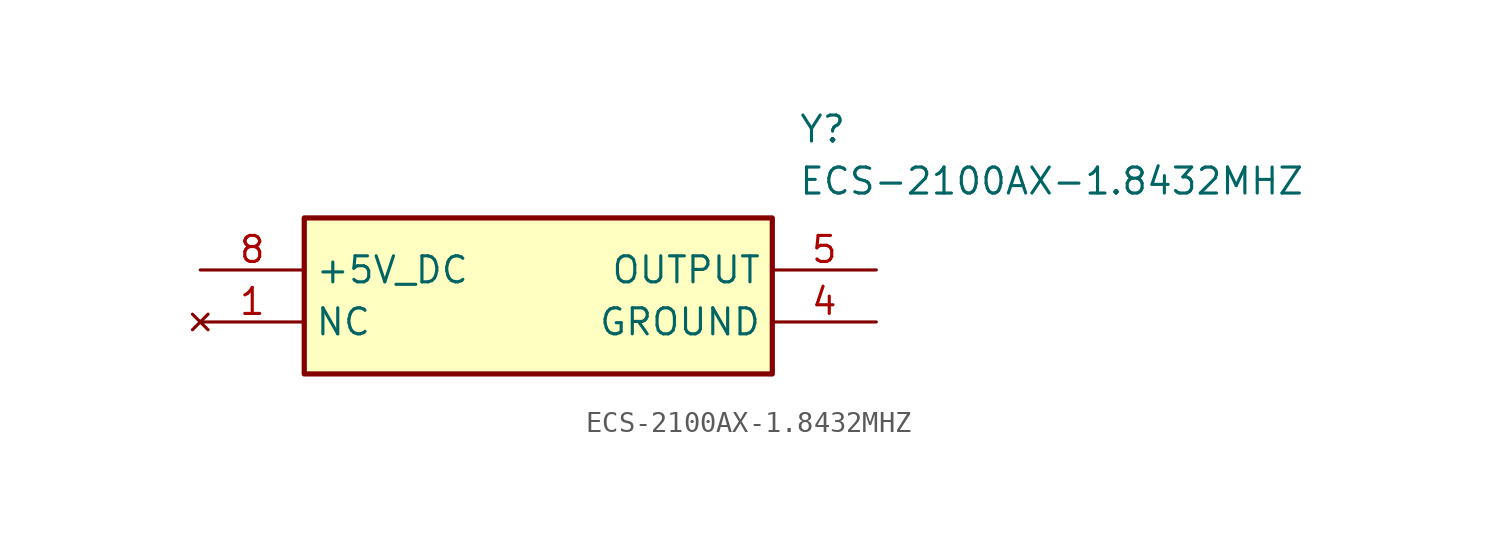
<source format=kicad_sym>
(kicad_symbol_lib
  (version 20211014)
  (generator SamacSys_ECAD_Model)
  (symbol "ECS-2100AX-1.8432MHZ"
    (property "Reference" "Y"
      (at 29.21 7.62 0)
      (effects (font (size 1.27 1.27)) (justify left top)))
    (property "Value" "ECS-2100AX-1.8432MHZ"
      (at 29.21 5.08 0)
      (effects (font (size 1.27 1.27)) (justify left top)))
    (rectangle
      (start 5.08 2.54)
      (end 27.94 -5.08)
      (stroke (width 0.254) (type default))
      (fill (type background)))
    (pin no_connect line
      (at 0 -2.54 0)
      (length 5.08)
      (name "NC" (effects (font (size 1.27 1.27))))
      (number "1" (effects (font (size 1.27 1.27)))))
    (pin passive line
      (at 33.02 -2.54 180)
      (length 5.08)
      (name "GROUND" (effects (font (size 1.27 1.27))))
      (number "4" (effects (font (size 1.27 1.27)))))
    (pin passive line
      (at 33.02 0 180)
      (length 5.08)
      (name "OUTPUT" (effects (font (size 1.27 1.27))))
      (number "5" (effects (font (size 1.27 1.27)))))
    (pin passive line
      (at 0 0 0)
      (length 5.08)
      (name "+5V_DC" (effects (font (size 1.27 1.27))))
      (number "8" (effects (font (size 1.27 1.27)))))))
</source>
